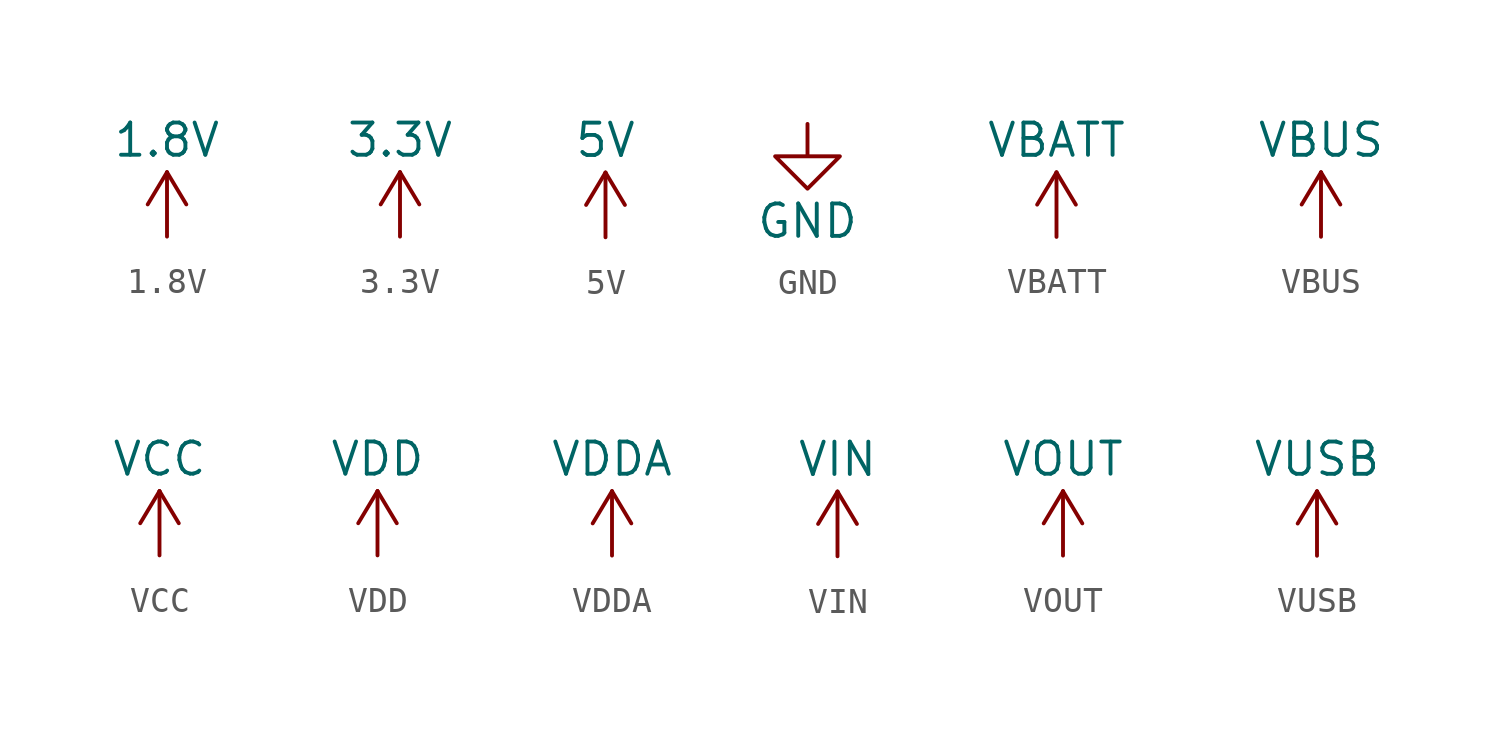
<source format=kicad_sym>
(kicad_symbol_lib
  (version 20220914)
  (generator kicad_symbol_editor)
  (symbol "1.8V"
    (power)
    (pin_names
      (offset 0))
    (property "Reference" "#PWR"
      (at 0 -3.81 0)
      (effects (font (size 1.27 1.27)) hide))
    (property "Value" "1.8V"
      (at 0 3.81 0)
      (do_not_autoplace)
      (effects (font (size 1.27 1.27))))
    (symbol "1.8V_0_1"
      (polyline (pts (xy 0 0) (xy 0 2.54)) (stroke (width 0) (type default)) (fill (type none)))
      (polyline (pts (xy 0 2.54) (xy 0.762 1.27)) (stroke (width 0) (type default)) (fill (type none))))
    (symbol "1.8V_1_1"
      (polyline (pts (xy -0.762 1.27) (xy 0 2.54)) (stroke (width 0) (type default)) (fill (type none)))
      (pin power_in line (at 0 0 90) (length 0) hide (name "1.8V" (effects (font (size 1.27 1.27)))) (number "1" (effects (font (size 1.27 1.27)))))))
  (symbol "3.3V"
    (power)
    (pin_names
      (offset 0))
    (property "Reference" "#PWR"
      (at 0 -3.81 0)
      (effects (font (size 1.27 1.27)) hide))
    (property "Value" "3.3V"
      (at 0 3.81 0)
      (do_not_autoplace)
      (effects (font (size 1.27 1.27))))
    (symbol "3.3V_0_1"
      (polyline (pts (xy -0.762 1.27) (xy 0 2.54)) (stroke (width 0) (type default)) (fill (type none)))
      (polyline (pts (xy 0 0) (xy 0 2.54)) (stroke (width 0) (type default)) (fill (type none)))
      (polyline (pts (xy 0 2.54) (xy 0.762 1.27)) (stroke (width 0) (type default)) (fill (type none))))
    (symbol "3.3V_1_1"
      (pin power_in line (at 0 0 90) (length 0) hide (name "3.3V" (effects (font (size 1.27 1.27)))) (number "1" (effects (font (size 1.27 1.27)))))))
  (symbol "5V"
    (power)
    (pin_names
      (offset 0))
    (property "Reference" "#PWR"
      (at 0 -3.81 0)
      (effects (font (size 1.27 1.27)) hide))
    (property "Value" "5V"
      (at 0 3.81 0)
      (do_not_autoplace)
      (effects (font (size 1.27 1.27))))
    (symbol "5V_0_1"
      (polyline (pts (xy -0.762 1.27) (xy 0 2.54)) (stroke (width 0) (type default)) (fill (type none)))
      (polyline (pts (xy 0 0) (xy 0 2.54)) (stroke (width 0) (type default)) (fill (type none)))
      (polyline (pts (xy 0 2.54) (xy 0.762 1.27)) (stroke (width 0) (type default)) (fill (type none))))
    (symbol "5V_1_1"
      (pin power_in line (at 0 0 90) (length 0) hide (name "5V" (effects (font (size 1.27 1.27)))) (number "1" (effects (font (size 1.27 1.27)))))))
  (symbol "GND"
    (power)
    (pin_names
      (offset 0))
    (property "Reference" "#PWR"
      (at 0 -6.35 0)
      (effects (font (size 1.27 1.27)) hide))
    (property "Value" "GND"
      (at 0 -3.81 0)
      (do_not_autoplace)
      (effects (font (size 1.27 1.27))))
    (symbol "GND_0_1"
      (polyline (pts (xy 0 0) (xy 0 -1.27) (xy 1.27 -1.27) (xy 0 -2.54) (xy -1.27 -1.27) (xy 0 -1.27)) (stroke (width 0) (type default)) (fill (type none))))
    (symbol "GND_1_1"
      (pin power_in line (at 0 0 270) (length 0) hide (name "GND" (effects (font (size 1.27 1.27)))) (number "1" (effects (font (size 1.27 1.27)))))))
  (symbol "VBATT"
    (power)
    (pin_names
      (offset 0))
    (property "Reference" "#PWR"
      (at 0 -3.81 0)
      (effects (font (size 1.27 1.27)) hide))
    (property "Value" "VBATT"
      (at 0 3.81 0)
      (do_not_autoplace)
      (effects (font (size 1.27 1.27))))
    (symbol "VBATT_0_1"
      (polyline (pts (xy -0.762 1.27) (xy 0 2.54)) (stroke (width 0) (type default)) (fill (type none)))
      (polyline (pts (xy 0 0) (xy 0 2.54)) (stroke (width 0) (type default)) (fill (type none)))
      (polyline (pts (xy 0 2.54) (xy 0.762 1.27)) (stroke (width 0) (type default)) (fill (type none))))
    (symbol "VBATT_1_1"
      (pin power_in line (at 0 0 90) (length 0) hide (name "VBATT" (effects (font (size 1.27 1.27)))) (number "1" (effects (font (size 1.27 1.27)))))))
  (symbol "VBUS"
    (power)
    (pin_names
      (offset 0))
    (property "Reference" "#PWR"
      (at 0 -3.81 0)
      (effects (font (size 1.27 1.27)) hide))
    (property "Value" "VBUS"
      (at 0 3.81 0)
      (do_not_autoplace)
      (effects (font (size 1.27 1.27))))
    (symbol "VBUS_0_1"
      (polyline (pts (xy -0.762 1.27) (xy 0 2.54)) (stroke (width 0) (type default)) (fill (type none)))
      (polyline (pts (xy 0 0) (xy 0 2.54)) (stroke (width 0) (type default)) (fill (type none)))
      (polyline (pts (xy 0 2.54) (xy 0.762 1.27)) (stroke (width 0) (type default)) (fill (type none))))
    (symbol "VBUS_1_1"
      (pin power_in line (at 0 0 90) (length 0) hide (name "VBUS" (effects (font (size 1.27 1.27)))) (number "1" (effects (font (size 1.27 1.27)))))))
  (symbol "VCC"
    (power)
    (pin_names
      (offset 0))
    (property "Reference" "#PWR"
      (at 0 -3.81 0)
      (effects (font (size 1.27 1.27)) hide))
    (property "Value" "VCC"
      (at 0 3.81 0)
      (do_not_autoplace)
      (effects (font (size 1.27 1.27))))
    (symbol "VCC_0_1"
      (polyline (pts (xy -0.762 1.27) (xy 0 2.54)) (stroke (width 0) (type default)) (fill (type none)))
      (polyline (pts (xy 0 0) (xy 0 2.54)) (stroke (width 0) (type default)) (fill (type none)))
      (polyline (pts (xy 0 2.54) (xy 0.762 1.27)) (stroke (width 0) (type default)) (fill (type none))))
    (symbol "VCC_1_1"
      (pin power_in line (at 0 0 90) (length 0) hide (name "VCC" (effects (font (size 1.27 1.27)))) (number "1" (effects (font (size 1.27 1.27)))))))
  (symbol "VDD"
    (power)
    (pin_names
      (offset 0))
    (property "Reference" "#PWR"
      (at 0 -3.81 0)
      (effects (font (size 1.27 1.27)) hide))
    (property "Value" "VDD"
      (at 0 3.81 0)
      (do_not_autoplace)
      (effects (font (size 1.27 1.27))))
    (symbol "VDD_0_1"
      (polyline (pts (xy -0.762 1.27) (xy 0 2.54)) (stroke (width 0) (type default)) (fill (type none)))
      (polyline (pts (xy 0 0) (xy 0 2.54)) (stroke (width 0) (type default)) (fill (type none)))
      (polyline (pts (xy 0 2.54) (xy 0.762 1.27)) (stroke (width 0) (type default)) (fill (type none))))
    (symbol "VDD_1_1"
      (pin power_in line (at 0 0 90) (length 0) hide (name "VDD" (effects (font (size 1.27 1.27)))) (number "1" (effects (font (size 1.27 1.27)))))))
  (symbol "VDDA"
    (power)
    (pin_names
      (offset 0))
    (property "Reference" "#PWR"
      (at 0 -3.81 0)
      (effects (font (size 1.27 1.27)) hide))
    (property "Value" "VDDA"
      (at 0 3.81 0)
      (do_not_autoplace)
      (effects (font (size 1.27 1.27))))
    (symbol "VDDA_0_1"
      (polyline (pts (xy -0.762 1.27) (xy 0 2.54)) (stroke (width 0) (type default)) (fill (type none)))
      (polyline (pts (xy 0 0) (xy 0 2.54)) (stroke (width 0) (type default)) (fill (type none)))
      (polyline (pts (xy 0 2.54) (xy 0.762 1.27)) (stroke (width 0) (type default)) (fill (type none))))
    (symbol "VDDA_1_1"
      (pin power_in line (at 0 0 90) (length 0) hide (name "VDDA" (effects (font (size 1.27 1.27)))) (number "1" (effects (font (size 1.27 1.27)))))))
  (symbol "VIN"
    (power)
    (pin_names
      (offset 0))
    (property "Reference" "#PWR"
      (at 0 -3.81 0)
      (effects (font (size 1.27 1.27)) hide))
    (property "Value" "VIN"
      (at 0 3.81 0)
      (do_not_autoplace)
      (effects (font (size 1.27 1.27))))
    (symbol "VIN_0_1"
      (polyline (pts (xy -0.762 1.27) (xy 0 2.54)) (stroke (width 0) (type default)) (fill (type none)))
      (polyline (pts (xy 0 0) (xy 0 2.54)) (stroke (width 0) (type default)) (fill (type none)))
      (polyline (pts (xy 0 2.54) (xy 0.762 1.27)) (stroke (width 0) (type default)) (fill (type none))))
    (symbol "VIN_1_1"
      (pin power_in line (at 0 0 90) (length 0) hide (name "VIN" (effects (font (size 1.27 1.27)))) (number "1" (effects (font (size 1.27 1.27)))))))
  (symbol "VOUT"
    (power)
    (pin_names
      (offset 0))
    (property "Reference" "#PWR"
      (at 0 -3.81 0)
      (effects (font (size 1.27 1.27)) hide))
    (property "Value" "VOUT"
      (at 0 3.81 0)
      (do_not_autoplace)
      (effects (font (size 1.27 1.27))))
    (symbol "VOUT_0_1"
      (polyline (pts (xy -0.762 1.27) (xy 0 2.54)) (stroke (width 0) (type default)) (fill (type none)))
      (polyline (pts (xy 0 0) (xy 0 2.54)) (stroke (width 0) (type default)) (fill (type none)))
      (polyline (pts (xy 0 2.54) (xy 0.762 1.27)) (stroke (width 0) (type default)) (fill (type none))))
    (symbol "VOUT_1_1"
      (pin power_in line (at 0 0 90) (length 0) hide (name "VOUT" (effects (font (size 1.27 1.27)))) (number "1" (effects (font (size 1.27 1.27)))))))
  (symbol "VUSB"
    (power)
    (pin_names
      (offset 0))
    (property "Reference" "#PWR"
      (at 0 -3.81 0)
      (effects (font (size 1.27 1.27)) hide))
    (property "Value" "VUSB"
      (at 0 3.81 0)
      (do_not_autoplace)
      (effects (font (size 1.27 1.27))))
    (symbol "VUSB_0_1"
      (polyline (pts (xy -0.762 1.27) (xy 0 2.54)) (stroke (width 0) (type default)) (fill (type none)))
      (polyline (pts (xy 0 0) (xy 0 2.54)) (stroke (width 0) (type default)) (fill (type none)))
      (polyline (pts (xy 0 2.54) (xy 0.762 1.27)) (stroke (width 0) (type default)) (fill (type none))))
    (symbol "VUSB_1_1"
      (pin power_in line (at 0 0 90) (length 0) hide (name "VUSB" (effects (font (size 1.27 1.27)))) (number "1" (effects (font (size 1.27 1.27))))))))
</source>
